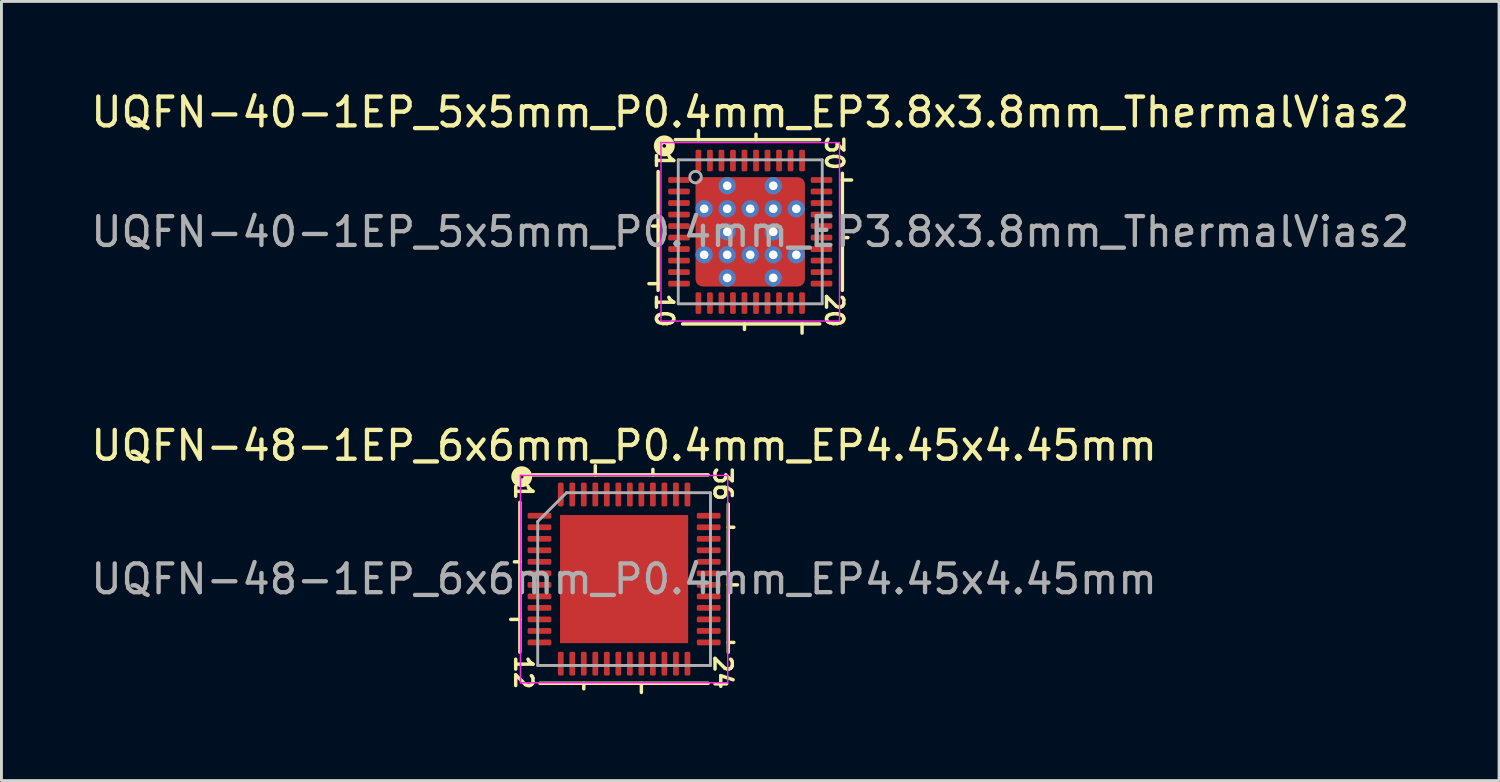
<source format=kicad_pcb>
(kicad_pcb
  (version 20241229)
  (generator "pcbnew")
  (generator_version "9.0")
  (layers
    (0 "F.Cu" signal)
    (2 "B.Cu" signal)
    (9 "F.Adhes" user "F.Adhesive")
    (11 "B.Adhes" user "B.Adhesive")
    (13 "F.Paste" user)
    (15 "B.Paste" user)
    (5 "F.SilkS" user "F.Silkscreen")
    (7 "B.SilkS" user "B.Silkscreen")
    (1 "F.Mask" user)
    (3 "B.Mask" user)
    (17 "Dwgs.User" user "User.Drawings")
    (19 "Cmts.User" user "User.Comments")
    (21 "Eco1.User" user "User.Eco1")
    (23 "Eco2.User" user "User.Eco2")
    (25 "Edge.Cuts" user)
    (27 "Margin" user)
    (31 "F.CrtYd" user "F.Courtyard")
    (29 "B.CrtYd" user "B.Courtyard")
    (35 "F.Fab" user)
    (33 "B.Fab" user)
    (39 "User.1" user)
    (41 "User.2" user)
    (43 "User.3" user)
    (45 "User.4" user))
  (footprint "UQFN-48-1EP_6x6mm_P0.4mm_EP4.45x4.45mm"
    (layer "F.Cu")
    (at 18.625 17.062)
    (property "Reference" "UQFN-48-1EP_6x6mm_P0.4mm_EP4.45x4.45mm" (at 0 -4.636 0) (layer "F.SilkS") (effects (font (size 1 1) (thickness 0.15))))
    (attr smd)
    (fp_line (start -3.619 -2.667) (end -3.619 2.54) (stroke (width 0.12) (type solid)) (layer "F.SilkS"))
    (fp_line (start -3.619 -0.6) (end -3.81 -0.6) (stroke (width 0.12) (type solid)) (layer "F.SilkS"))
    (fp_line (start -3.619 1.4) (end -3.937 1.4) (stroke (width 0.12) (type solid)) (layer "F.SilkS"))
    (fp_line (start -2.921 3.619) (end 2.921 3.619) (stroke (width 0.12) (type solid)) (layer "F.SilkS"))
    (fp_line (start -1.4 3.81) (end -1.4 3.619) (stroke (width 0.12) (type solid)) (layer "F.SilkS"))
    (fp_line (start -1 -3.619) (end -1 -3.937) (stroke (width 0.12) (type solid)) (layer "F.SilkS"))
    (fp_line (start 0.6 3.619) (end 0.6 3.937) (stroke (width 0.12) (type solid)) (layer "F.SilkS"))
    (fp_line (start 1 -3.619) (end 1 -3.81) (stroke (width 0.12) (type solid)) (layer "F.SilkS"))
    (fp_line (start 2.921 -3.619) (end -3.175 -3.619) (stroke (width 0.12) (type solid)) (layer "F.SilkS"))
    (fp_line (start 3.619 -1.8) (end 3.81 -1.8) (stroke (width 0.12) (type solid)) (layer "F.SilkS"))
    (fp_line (start 3.619 0.2) (end 3.937 0.2) (stroke (width 0.12) (type solid)) (layer "F.SilkS"))
    (fp_line (start 3.619 2.2) (end 3.81 2.2) (stroke (width 0.12) (type solid)) (layer "F.SilkS"))
    (fp_line (start 3.619 2.54) (end 3.619 -2.603) (stroke (width 0.12) (type solid)) (layer "F.SilkS"))
    (fp_circle (center -3.556 -3.556) (end -3.493 -3.556) (stroke (width 0.3) (type solid)) (fill no) (layer "F.SilkS"))
    (fp_line (start -3.6 -3.6) (end -3.6 3.6) (stroke (width 0.05) (type solid)) (layer "F.CrtYd"))
    (fp_line (start -3.6 3.6) (end 3.6 3.6) (stroke (width 0.05) (type solid)) (layer "F.CrtYd"))
    (fp_line (start 3.6 -3.6) (end -3.6 -3.6) (stroke (width 0.05) (type solid)) (layer "F.CrtYd"))
    (fp_line (start 3.6 3.6) (end 3.6 -3.6) (stroke (width 0.05) (type solid)) (layer "F.CrtYd"))
    (fp_line (start -3 -2) (end -2 -3) (stroke (width 0.1) (type solid)) (layer "F.Fab"))
    (fp_line (start -3 3) (end -3 -2) (stroke (width 0.1) (type solid)) (layer "F.Fab"))
    (fp_line (start -2 -3) (end 3 -3) (stroke (width 0.1) (type solid)) (layer "F.Fab"))
    (fp_line (start 3 -3) (end 3 3) (stroke (width 0.1) (type solid)) (layer "F.Fab"))
    (fp_line (start 3 3) (end -3 3) (stroke (width 0.1) (type solid)) (layer "F.Fab"))
    (fp_text user "24" (at 3.429 3.239 270) (unlocked yes) (layer "F.SilkS") (effects (font (size 0.6 0.6) (thickness 0.12))))
    (fp_text user "12" (at -3.493 3.239 270) (unlocked yes) (layer "F.SilkS") (effects (font (size 0.6 0.6) (thickness 0.12))))
    (fp_text user "36" (at 3.429 -3.302 270) (unlocked yes) (layer "F.SilkS") (effects (font (size 0.6 0.6) (thickness 0.12))))
    (fp_text user "1" (at -3.493 -3.048 270) (unlocked yes) (layer "F.SilkS") (effects (font (size 0.6 0.6) (thickness 0.12))))
    (fp_text user "${REFERENCE}" (at 0 0 0) (layer "F.Fab") (effects (font (size 1 1) (thickness 0.15))))
    (pad "" smd roundrect (at -1.48 -1.48) (size 1.2 1.2) (layers "F.Paste") (roundrect_rratio 0.208))
    (pad "" smd roundrect (at -1.48 0) (size 1.2 1.2) (layers "F.Paste") (roundrect_rratio 0.208))
    (pad "" smd roundrect (at -1.48 1.48) (size 1.2 1.2) (layers "F.Paste") (roundrect_rratio 0.208))
    (pad "" smd roundrect (at 0 -1.48) (size 1.2 1.2) (layers "F.Paste") (roundrect_rratio 0.208))
    (pad "" smd roundrect (at 0 0) (size 1.2 1.2) (layers "F.Paste") (roundrect_rratio 0.208))
    (pad "" smd roundrect (at 0 1.48) (size 1.2 1.2) (layers "F.Paste") (roundrect_rratio 0.208))
    (pad "" smd roundrect (at 1.48 -1.48) (size 1.2 1.2) (layers "F.Paste") (roundrect_rratio 0.208))
    (pad "" smd roundrect (at 1.48 0) (size 1.2 1.2) (layers "F.Paste") (roundrect_rratio 0.208))
    (pad "" smd roundrect (at 1.48 1.48) (size 1.2 1.2) (layers "F.Paste") (roundrect_rratio 0.208))
    (pad "1" smd roundrect (at -2.938 -2.2) (size 0.825 0.2) (layers "F.Cu" "F.Mask" "F.Paste") (roundrect_rratio 0.25))
    (pad "2" smd roundrect (at -2.938 -1.8) (size 0.825 0.2) (layers "F.Cu" "F.Mask" "F.Paste") (roundrect_rratio 0.25))
    (pad "3" smd roundrect (at -2.938 -1.4) (size 0.825 0.2) (layers "F.Cu" "F.Mask" "F.Paste") (roundrect_rratio 0.25))
    (pad "4" smd roundrect (at -2.938 -1) (size 0.825 0.2) (layers "F.Cu" "F.Mask" "F.Paste") (roundrect_rratio 0.25))
    (pad "5" smd roundrect (at -2.938 -0.6) (size 0.825 0.2) (layers "F.Cu" "F.Mask" "F.Paste") (roundrect_rratio 0.25))
    (pad "6" smd roundrect (at -2.938 -0.2) (size 0.825 0.2) (layers "F.Cu" "F.Mask" "F.Paste") (roundrect_rratio 0.25))
    (pad "7" smd roundrect (at -2.938 0.2) (size 0.825 0.2) (layers "F.Cu" "F.Mask" "F.Paste") (roundrect_rratio 0.25))
    (pad "8" smd roundrect (at -2.938 0.6) (size 0.825 0.2) (layers "F.Cu" "F.Mask" "F.Paste") (roundrect_rratio 0.25))
    (pad "9" smd roundrect (at -2.938 1) (size 0.825 0.2) (layers "F.Cu" "F.Mask" "F.Paste") (roundrect_rratio 0.25))
    (pad "10" smd roundrect (at -2.938 1.4) (size 0.825 0.2) (layers "F.Cu" "F.Mask" "F.Paste") (roundrect_rratio 0.25))
    (pad "11" smd roundrect (at -2.938 1.8) (size 0.825 0.2) (layers "F.Cu" "F.Mask" "F.Paste") (roundrect_rratio 0.25))
    (pad "12" smd roundrect (at -2.938 2.2) (size 0.825 0.2) (layers "F.Cu" "F.Mask" "F.Paste") (roundrect_rratio 0.25))
    (pad "13" smd roundrect (at -2.2 2.938) (size 0.2 0.825) (layers "F.Cu" "F.Mask" "F.Paste") (roundrect_rratio 0.25))
    (pad "14" smd roundrect (at -1.8 2.938) (size 0.2 0.825) (layers "F.Cu" "F.Mask" "F.Paste") (roundrect_rratio 0.25))
    (pad "15" smd roundrect (at -1.4 2.938) (size 0.2 0.825) (layers "F.Cu" "F.Mask" "F.Paste") (roundrect_rratio 0.25))
    (pad "16" smd roundrect (at -1 2.938) (size 0.2 0.825) (layers "F.Cu" "F.Mask" "F.Paste") (roundrect_rratio 0.25))
    (pad "17" smd roundrect (at -0.6 2.938) (size 0.2 0.825) (layers "F.Cu" "F.Mask" "F.Paste") (roundrect_rratio 0.25))
    (pad "18" smd roundrect (at -0.2 2.938) (size 0.2 0.825) (layers "F.Cu" "F.Mask" "F.Paste") (roundrect_rratio 0.25))
    (pad "19" smd roundrect (at 0.2 2.938) (size 0.2 0.825) (layers "F.Cu" "F.Mask" "F.Paste") (roundrect_rratio 0.25))
    (pad "20" smd roundrect (at 0.6 2.938) (size 0.2 0.825) (layers "F.Cu" "F.Mask" "F.Paste") (roundrect_rratio 0.25))
    (pad "21" smd roundrect (at 1 2.938) (size 0.2 0.825) (layers "F.Cu" "F.Mask" "F.Paste") (roundrect_rratio 0.25))
    (pad "22" smd roundrect (at 1.4 2.938) (size 0.2 0.825) (layers "F.Cu" "F.Mask" "F.Paste") (roundrect_rratio 0.25))
    (pad "23" smd roundrect (at 1.8 2.938) (size 0.2 0.825) (layers "F.Cu" "F.Mask" "F.Paste") (roundrect_rratio 0.25))
    (pad "24" smd roundrect (at 2.2 2.938) (size 0.2 0.825) (layers "F.Cu" "F.Mask" "F.Paste") (roundrect_rratio 0.25))
    (pad "25" smd roundrect (at 2.938 2.2) (size 0.825 0.2) (layers "F.Cu" "F.Mask" "F.Paste") (roundrect_rratio 0.25))
    (pad "26" smd roundrect (at 2.938 1.8) (size 0.825 0.2) (layers "F.Cu" "F.Mask" "F.Paste") (roundrect_rratio 0.25))
    (pad "27" smd roundrect (at 2.938 1.4) (size 0.825 0.2) (layers "F.Cu" "F.Mask" "F.Paste") (roundrect_rratio 0.25))
    (pad "28" smd roundrect (at 2.938 1) (size 0.825 0.2) (layers "F.Cu" "F.Mask" "F.Paste") (roundrect_rratio 0.25))
    (pad "29" smd roundrect (at 2.938 0.6) (size 0.825 0.2) (layers "F.Cu" "F.Mask" "F.Paste") (roundrect_rratio 0.25))
    (pad "30" smd roundrect (at 2.938 0.2) (size 0.825 0.2) (layers "F.Cu" "F.Mask" "F.Paste") (roundrect_rratio 0.25))
    (pad "31" smd roundrect (at 2.938 -0.2) (size 0.825 0.2) (layers "F.Cu" "F.Mask" "F.Paste") (roundrect_rratio 0.25))
    (pad "32" smd roundrect (at 2.938 -0.6) (size 0.825 0.2) (layers "F.Cu" "F.Mask" "F.Paste") (roundrect_rratio 0.25))
    (pad "33" smd roundrect (at 2.938 -1) (size 0.825 0.2) (layers "F.Cu" "F.Mask" "F.Paste") (roundrect_rratio 0.25))
    (pad "34" smd roundrect (at 2.938 -1.4) (size 0.825 0.2) (layers "F.Cu" "F.Mask" "F.Paste") (roundrect_rratio 0.25))
    (pad "35" smd roundrect (at 2.938 -1.8) (size 0.825 0.2) (layers "F.Cu" "F.Mask" "F.Paste") (roundrect_rratio 0.25))
    (pad "36" smd roundrect (at 2.938 -2.2) (size 0.825 0.2) (layers "F.Cu" "F.Mask" "F.Paste") (roundrect_rratio 0.25))
    (pad "37" smd roundrect (at 2.2 -2.938) (size 0.2 0.825) (layers "F.Cu" "F.Mask" "F.Paste") (roundrect_rratio 0.25))
    (pad "38" smd roundrect (at 1.8 -2.938) (size 0.2 0.825) (layers "F.Cu" "F.Mask" "F.Paste") (roundrect_rratio 0.25))
    (pad "39" smd roundrect (at 1.4 -2.938) (size 0.2 0.825) (layers "F.Cu" "F.Mask" "F.Paste") (roundrect_rratio 0.25))
    (pad "40" smd roundrect (at 1 -2.938) (size 0.2 0.825) (layers "F.Cu" "F.Mask" "F.Paste") (roundrect_rratio 0.25))
    (pad "41" smd roundrect (at 0.6 -2.938) (size 0.2 0.825) (layers "F.Cu" "F.Mask" "F.Paste") (roundrect_rratio 0.25))
    (pad "42" smd roundrect (at 0.2 -2.938) (size 0.2 0.825) (layers "F.Cu" "F.Mask" "F.Paste") (roundrect_rratio 0.25))
    (pad "43" smd roundrect (at -0.2 -2.938) (size 0.2 0.825) (layers "F.Cu" "F.Mask" "F.Paste") (roundrect_rratio 0.25))
    (pad "44" smd roundrect (at -0.6 -2.938) (size 0.2 0.825) (layers "F.Cu" "F.Mask" "F.Paste") (roundrect_rratio 0.25))
    (pad "45" smd roundrect (at -1 -2.938) (size 0.2 0.825) (layers "F.Cu" "F.Mask" "F.Paste") (roundrect_rratio 0.25))
    (pad "46" smd roundrect (at -1.4 -2.938) (size 0.2 0.825) (layers "F.Cu" "F.Mask" "F.Paste") (roundrect_rratio 0.25))
    (pad "47" smd roundrect (at -1.8 -2.938) (size 0.2 0.825) (layers "F.Cu" "F.Mask" "F.Paste") (roundrect_rratio 0.25))
    (pad "48" smd roundrect (at -2.2 -2.938) (size 0.2 0.825) (layers "F.Cu" "F.Mask" "F.Paste") (roundrect_rratio 0.25))
    (pad "49" smd rect (at 0 0) (size 4.45 4.45) (layers "F.Cu" "F.Mask")))
  (footprint "UQFN-40-1EP_5x5mm_P0.4mm_EP3.8x3.8mm_ThermalVias2"
    (layer "F.Cu")
    (at 23.006 5.001)
    (property "Reference" "UQFN-40-1EP_5x5mm_P0.4mm_EP3.8x3.8mm_ThermalVias2" (at 0 -4.152 0) (layer "F.SilkS") (effects (font (size 1 1) (thickness 0.15))))
    (attr smd)
    (fp_line (start -3.2 -2.095) (end -3.2 2.032) (stroke (width 0.12) (type solid)) (layer "F.SilkS"))
    (fp_line (start -3.2 -0.2) (end -3.39 -0.2) (stroke (width 0.12) (type solid)) (layer "F.SilkS"))
    (fp_line (start -3.2 1.8) (end -3.518 1.8) (stroke (width 0.12) (type solid)) (layer "F.SilkS"))
    (fp_line (start -2.349 3.2) (end 2.413 3.2) (stroke (width 0.12) (type solid)) (layer "F.SilkS"))
    (fp_line (start -1.8 -3.2) (end -1.8 -3.518) (stroke (width 0.12) (type solid)) (layer "F.SilkS"))
    (fp_line (start -0.2 3.2) (end -0.2 3.39) (stroke (width 0.12) (type solid)) (layer "F.SilkS"))
    (fp_line (start 0.2 -3.2) (end 0.2 -3.39) (stroke (width 0.12) (type solid)) (layer "F.SilkS"))
    (fp_line (start 1.8 3.2) (end 1.8 3.518) (stroke (width 0.12) (type solid)) (layer "F.SilkS"))
    (fp_line (start 2.413 -3.2) (end -2.603 -3.2) (stroke (width 0.12) (type solid)) (layer "F.SilkS"))
    (fp_line (start 3.2 -1.8) (end 3.518 -1.8) (stroke (width 0.12) (type solid)) (layer "F.SilkS"))
    (fp_line (start 3.2 0.2) (end 3.39 0.2) (stroke (width 0.12) (type solid)) (layer "F.SilkS"))
    (fp_line (start 3.2 2.032) (end 3.2 -2.032) (stroke (width 0.12) (type solid)) (layer "F.SilkS"))
    (fp_circle (center -2.985 -2.985) (end -2.921 -2.985) (stroke (width 0.3) (type solid)) (fill no) (layer "F.SilkS"))
    (fp_line (start -3.1 -3.1) (end -3.1 3.1) (stroke (width 0.05) (type solid)) (layer "F.CrtYd"))
    (fp_line (start -3.1 3.1) (end 3.1 3.1) (stroke (width 0.05) (type solid)) (layer "F.CrtYd"))
    (fp_line (start 3.1 -3.1) (end -3.1 -3.1) (stroke (width 0.05) (type solid)) (layer "F.CrtYd"))
    (fp_line (start 3.1 3.1) (end 3.1 -3.1) (stroke (width 0.05) (type solid)) (layer "F.CrtYd"))
    (fp_line (start -2.5 -2.5) (end 2.5 -2.5) (stroke (width 0.1) (type solid)) (layer "F.Fab"))
    (fp_line (start -2.5 2.5) (end -2.5 -2.5) (stroke (width 0.1) (type solid)) (layer "F.Fab"))
    (fp_line (start 2.5 -2.5) (end 2.5 2.5) (stroke (width 0.1) (type solid)) (layer "F.Fab"))
    (fp_line (start 2.5 2.5) (end -2.5 2.5) (stroke (width 0.1) (type solid)) (layer "F.Fab"))
    (fp_circle (center -1.9 -1.9) (end -1.7 -1.9) (stroke (width 0.1) (type solid)) (fill no) (layer "F.Fab"))
    (fp_text user "1" (at -2.985 -2.477 270) (unlocked yes) (layer "F.SilkS") (effects (font (size 0.6 0.6) (thickness 0.12))))
    (fp_text user "30" (at 2.921 -2.731 270) (unlocked yes) (layer "F.SilkS") (effects (font (size 0.6 0.6) (thickness 0.12))))
    (fp_text user "20" (at 2.921 2.731 270) (unlocked yes) (layer "F.SilkS") (effects (font (size 0.6 0.6) (thickness 0.12))))
    (fp_text user "10" (at -2.985 2.731 270) (unlocked yes) (layer "F.SilkS") (effects (font (size 0.6 0.6) (thickness 0.12))))
    (fp_text user "${REFERENCE}" (at 0 0 0) (layer "F.Fab") (effects (font (size 1 1) (thickness 0.15))))
    (pad "" smd roundrect (at -1.45 -1.45) (size 0.5 0.5) (layers "F.Paste") (roundrect_rratio 0.25))
    (pad "" smd roundrect (at -1.45 -1.45 270) (size 0.7 0.7) (layers "F.Mask") (roundrect_rratio 0.25))
    (pad "" smd roundrect (at -1.45 0 90) (size 0.7 0.5) (layers "F.Paste") (roundrect_rratio 0.25))
    (pad "" smd roundrect (at -1.45 0 270) (size 1 0.7) (layers "F.Mask") (roundrect_rratio 0.25))
    (pad "" smd roundrect (at -1.45 1.45) (size 0.5 0.5) (layers "F.Paste") (roundrect_rratio 0.25))
    (pad "" smd roundrect (at -1.45 1.45 270) (size 0.7 0.7) (layers "F.Mask") (roundrect_rratio 0.25))
    (pad "" smd roundrect (at 0 -1.45) (size 0.7 0.5) (layers "F.Paste") (roundrect_rratio 0.25))
    (pad "" smd roundrect (at 0 -1.45 270) (size 0.7 1) (layers "F.Mask") (roundrect_rratio 0.25))
    (pad "" smd roundrect (at 0 0 90) (size 0.7 0.7) (layers "F.Paste") (roundrect_rratio 0.25))
    (pad "" smd roundrect (at 0 0 270) (size 1 1) (layers "F.Mask") (roundrect_rratio 0.25))
    (pad "" smd roundrect (at 0 1.45) (size 0.7 0.5) (layers "F.Paste") (roundrect_rratio 0.25))
    (pad "" smd roundrect (at 0 1.45 270) (size 0.7 1) (layers "F.Mask") (roundrect_rratio 0.25))
    (pad "" smd roundrect (at 1.45 -1.45) (size 0.5 0.5) (layers "F.Paste") (roundrect_rratio 0.25))
    (pad "" smd roundrect (at 1.45 -1.45 270) (size 0.7 0.7) (layers "F.Mask") (roundrect_rratio 0.25))
    (pad "" smd roundrect (at 1.45 0 90) (size 0.7 0.5) (layers "F.Paste") (roundrect_rratio 0.25))
    (pad "" smd roundrect (at 1.45 0 270) (size 1 0.7) (layers "F.Mask") (roundrect_rratio 0.25))
    (pad "" smd roundrect (at 1.45 1.45) (size 0.5 0.5) (layers "F.Paste") (roundrect_rratio 0.25))
    (pad "" smd roundrect (at 1.45 1.45 270) (size 0.7 0.7) (layers "F.Mask") (roundrect_rratio 0.25))
    (pad "1" smd roundrect (at -2.475 -1.8) (size 0.75 0.2) (layers "F.Cu" "F.Mask" "F.Paste") (roundrect_rratio 0.25))
    (pad "2" smd roundrect (at -2.475 -1.4) (size 0.75 0.2) (layers "F.Cu" "F.Mask" "F.Paste") (roundrect_rratio 0.25))
    (pad "3" smd roundrect (at -2.475 -1) (size 0.75 0.2) (layers "F.Cu" "F.Mask" "F.Paste") (roundrect_rratio 0.25))
    (pad "4" smd roundrect (at -2.475 -0.6) (size 0.75 0.2) (layers "F.Cu" "F.Mask" "F.Paste") (roundrect_rratio 0.25))
    (pad "5" smd roundrect (at -2.475 -0.2) (size 0.75 0.2) (layers "F.Cu" "F.Mask" "F.Paste") (roundrect_rratio 0.25))
    (pad "6" smd roundrect (at -2.475 0.2) (size 0.75 0.2) (layers "F.Cu" "F.Mask" "F.Paste") (roundrect_rratio 0.25))
    (pad "7" smd roundrect (at -2.475 0.6) (size 0.75 0.2) (layers "F.Cu" "F.Mask" "F.Paste") (roundrect_rratio 0.25))
    (pad "8" smd roundrect (at -2.475 1) (size 0.75 0.2) (layers "F.Cu" "F.Mask" "F.Paste") (roundrect_rratio 0.25))
    (pad "9" smd roundrect (at -2.475 1.4) (size 0.75 0.2) (layers "F.Cu" "F.Mask" "F.Paste") (roundrect_rratio 0.25))
    (pad "10" smd roundrect (at -2.475 1.8) (size 0.75 0.2) (layers "F.Cu" "F.Mask" "F.Paste") (roundrect_rratio 0.25))
    (pad "11" smd roundrect (at -1.8 2.475) (size 0.2 0.75) (layers "F.Cu" "F.Mask" "F.Paste") (roundrect_rratio 0.25))
    (pad "12" smd roundrect (at -1.4 2.475) (size 0.2 0.75) (layers "F.Cu" "F.Mask" "F.Paste") (roundrect_rratio 0.25))
    (pad "13" smd roundrect (at -1 2.475) (size 0.2 0.75) (layers "F.Cu" "F.Mask" "F.Paste") (roundrect_rratio 0.25))
    (pad "14" smd roundrect (at -0.6 2.475) (size 0.2 0.75) (layers "F.Cu" "F.Mask" "F.Paste") (roundrect_rratio 0.25))
    (pad "15" smd roundrect (at -0.2 2.475) (size 0.2 0.75) (layers "F.Cu" "F.Mask" "F.Paste") (roundrect_rratio 0.25))
    (pad "16" smd roundrect (at 0.2 2.475) (size 0.2 0.75) (layers "F.Cu" "F.Mask" "F.Paste") (roundrect_rratio 0.25))
    (pad "17" smd roundrect (at 0.6 2.475) (size 0.2 0.75) (layers "F.Cu" "F.Mask" "F.Paste") (roundrect_rratio 0.25))
    (pad "18" smd roundrect (at 1 2.475) (size 0.2 0.75) (layers "F.Cu" "F.Mask" "F.Paste") (roundrect_rratio 0.25))
    (pad "19" smd roundrect (at 1.4 2.475) (size 0.2 0.75) (layers "F.Cu" "F.Mask" "F.Paste") (roundrect_rratio 0.25))
    (pad "20" smd roundrect (at 1.8 2.475) (size 0.2 0.75) (layers "F.Cu" "F.Mask" "F.Paste") (roundrect_rratio 0.25))
    (pad "21" smd roundrect (at 2.475 1.8) (size 0.75 0.2) (layers "F.Cu" "F.Mask" "F.Paste") (roundrect_rratio 0.25))
    (pad "22" smd roundrect (at 2.475 1.4) (size 0.75 0.2) (layers "F.Cu" "F.Mask" "F.Paste") (roundrect_rratio 0.25))
    (pad "23" smd roundrect (at 2.475 1) (size 0.75 0.2) (layers "F.Cu" "F.Mask" "F.Paste") (roundrect_rratio 0.25))
    (pad "24" smd roundrect (at 2.475 0.6) (size 0.75 0.2) (layers "F.Cu" "F.Mask" "F.Paste") (roundrect_rratio 0.25))
    (pad "25" smd roundrect (at 2.475 0.2) (size 0.75 0.2) (layers "F.Cu" "F.Mask" "F.Paste") (roundrect_rratio 0.25))
    (pad "26" smd roundrect (at 2.475 -0.2) (size 0.75 0.2) (layers "F.Cu" "F.Mask" "F.Paste") (roundrect_rratio 0.25))
    (pad "27" smd roundrect (at 2.475 -0.6) (size 0.75 0.2) (layers "F.Cu" "F.Mask" "F.Paste") (roundrect_rratio 0.25))
    (pad "28" smd roundrect (at 2.475 -1) (size 0.75 0.2) (layers "F.Cu" "F.Mask" "F.Paste") (roundrect_rratio 0.25))
    (pad "29" smd roundrect (at 2.475 -1.4) (size 0.75 0.2) (layers "F.Cu" "F.Mask" "F.Paste") (roundrect_rratio 0.25))
    (pad "30" smd roundrect (at 2.475 -1.8) (size 0.75 0.2) (layers "F.Cu" "F.Mask" "F.Paste") (roundrect_rratio 0.25))
    (pad "31" smd roundrect (at 1.8 -2.475) (size 0.2 0.75) (layers "F.Cu" "F.Mask" "F.Paste") (roundrect_rratio 0.25))
    (pad "32" smd roundrect (at 1.4 -2.475) (size 0.2 0.75) (layers "F.Cu" "F.Mask" "F.Paste") (roundrect_rratio 0.25))
    (pad "33" smd roundrect (at 1 -2.475) (size 0.2 0.75) (layers "F.Cu" "F.Mask" "F.Paste") (roundrect_rratio 0.25))
    (pad "34" smd roundrect (at 0.6 -2.475) (size 0.2 0.75) (layers "F.Cu" "F.Mask" "F.Paste") (roundrect_rratio 0.25))
    (pad "35" smd roundrect (at 0.2 -2.475) (size 0.2 0.75) (layers "F.Cu" "F.Mask" "F.Paste") (roundrect_rratio 0.25))
    (pad "36" smd roundrect (at -0.2 -2.475) (size 0.2 0.75) (layers "F.Cu" "F.Mask" "F.Paste") (roundrect_rratio 0.25))
    (pad "37" smd roundrect (at -0.6 -2.475) (size 0.2 0.75) (layers "F.Cu" "F.Mask" "F.Paste") (roundrect_rratio 0.25))
    (pad "38" smd roundrect (at -1 -2.475) (size 0.2 0.75) (layers "F.Cu" "F.Mask" "F.Paste") (roundrect_rratio 0.25))
    (pad "39" smd roundrect (at -1.4 -2.475) (size 0.2 0.75) (layers "F.Cu" "F.Mask" "F.Paste") (roundrect_rratio 0.25))
    (pad "40" smd roundrect (at -1.8 -2.475) (size 0.2 0.75) (layers "F.Cu" "F.Mask" "F.Paste") (roundrect_rratio 0.25))
    (pad "41" thru_hole circle (at -1.6 -0.8 180) (size 0.6 0.6) (drill 0.3) (property pad_prop_heatsink) (layers "*.Cu" "*.Mask"))
    (pad "41" thru_hole circle (at -1.6 0.8 180) (size 0.6 0.6) (drill 0.3) (property pad_prop_heatsink) (layers "*.Cu" "*.Mask"))
    (pad "41" thru_hole circle (at -0.8 -1.6 180) (size 0.6 0.6) (drill 0.3) (property pad_prop_heatsink) (layers "*.Cu" "*.Mask"))
    (pad "41" thru_hole circle (at -0.8 -0.8 180) (size 0.6 0.6) (drill 0.3) (property pad_prop_heatsink) (layers "*.Cu" "*.Mask"))
    (pad "41" thru_hole circle (at -0.8 0 180) (size 0.6 0.6) (drill 0.3) (property pad_prop_heatsink) (layers "*.Cu" "*.Mask"))
    (pad "41" thru_hole circle (at -0.8 0.8 180) (size 0.6 0.6) (drill 0.3) (property pad_prop_heatsink) (layers "*.Cu" "*.Mask"))
    (pad "41" thru_hole circle (at -0.8 1.6 180) (size 0.6 0.6) (drill 0.3) (property pad_prop_heatsink) (layers "*.Cu" "*.Mask"))
    (pad "41" thru_hole circle (at 0 -0.8 180) (size 0.6 0.6) (drill 0.3) (property pad_prop_heatsink) (layers "*.Cu" "*.Mask"))
    (pad "41" smd roundrect (at 0 0) (size 3.8 3.8) (layers "F.Cu") (roundrect_rratio 0.066))
    (pad "41" thru_hole circle (at 0 0.8 180) (size 0.6 0.6) (drill 0.3) (property pad_prop_heatsink) (layers "*.Cu" "*.Mask"))
    (pad "41" thru_hole circle (at 0.8 -1.6 180) (size 0.6 0.6) (drill 0.3) (property pad_prop_heatsink) (layers "*.Cu" "*.Mask"))
    (pad "41" thru_hole circle (at 0.8 -0.8 180) (size 0.6 0.6) (drill 0.3) (property pad_prop_heatsink) (layers "*.Cu" "*.Mask"))
    (pad "41" thru_hole circle (at 0.8 0 180) (size 0.6 0.6) (drill 0.3) (property pad_prop_heatsink) (layers "*.Cu" "*.Mask"))
    (pad "41" thru_hole circle (at 0.8 0.8 180) (size 0.6 0.6) (drill 0.3) (property pad_prop_heatsink) (layers "*.Cu" "*.Mask"))
    (pad "41" thru_hole circle (at 0.8 1.6 180) (size 0.6 0.6) (drill 0.3) (property pad_prop_heatsink) (layers "*.Cu" "*.Mask"))
    (pad "41" thru_hole circle (at 1.6 -0.8 180) (size 0.6 0.6) (drill 0.3) (property pad_prop_heatsink) (layers "*.Cu" "*.Mask"))
    (pad "41" thru_hole circle (at 1.6 0.8 180) (size 0.6 0.6) (drill 0.3) (property pad_prop_heatsink) (layers "*.Cu" "*.Mask")))
  (gr_rect
    (start -3 -3)
    (end 49.012 24.059)
    (stroke (width 0.1) (type default))
    (fill no)
    (layer "Edge.Cuts")))
</source>
